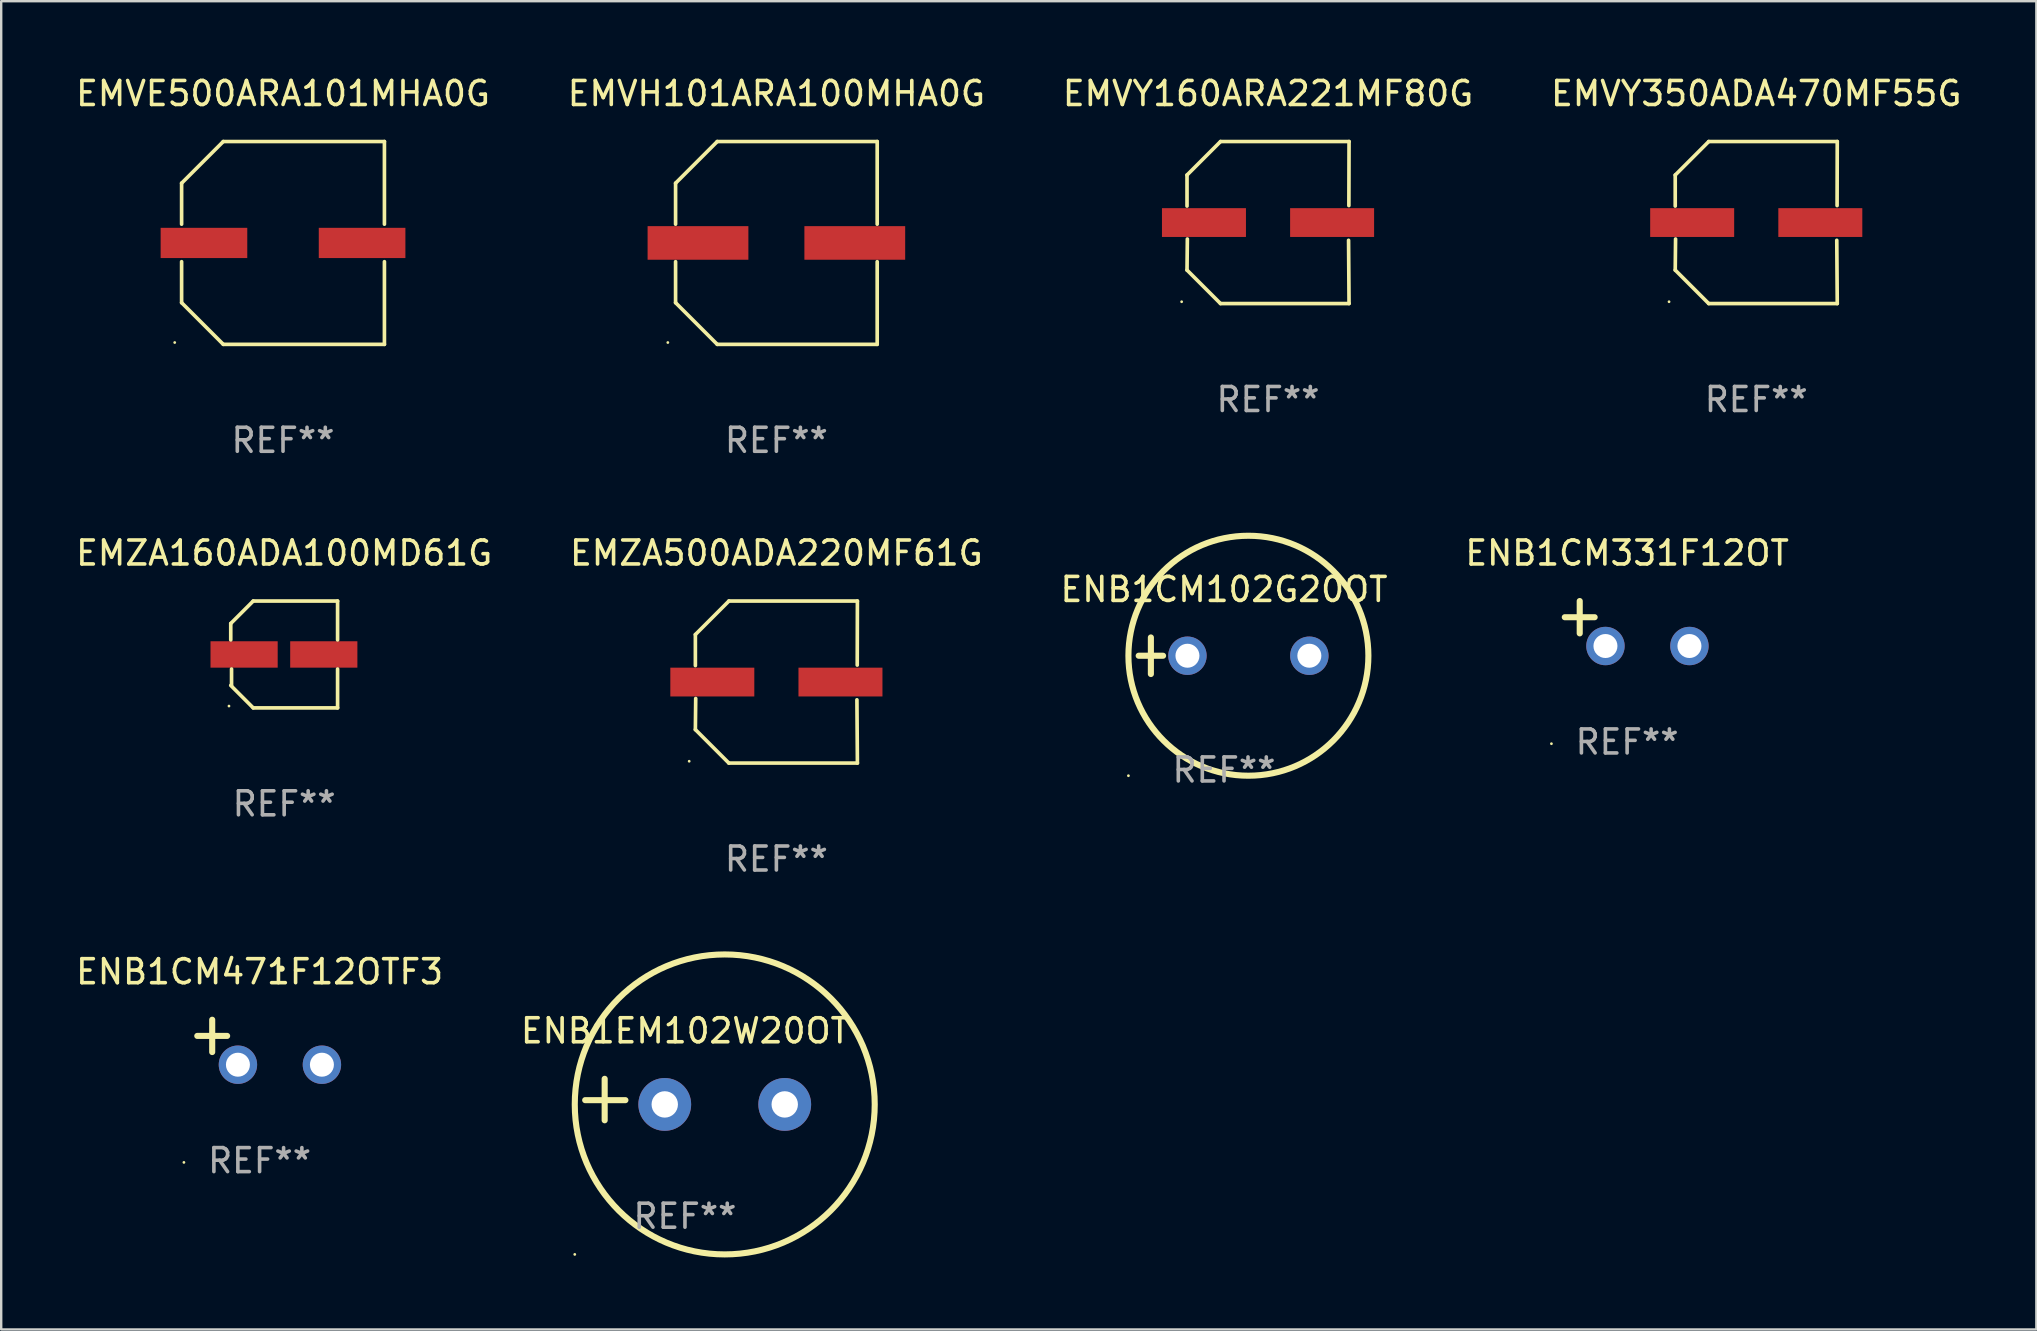
<source format=kicad_pcb>
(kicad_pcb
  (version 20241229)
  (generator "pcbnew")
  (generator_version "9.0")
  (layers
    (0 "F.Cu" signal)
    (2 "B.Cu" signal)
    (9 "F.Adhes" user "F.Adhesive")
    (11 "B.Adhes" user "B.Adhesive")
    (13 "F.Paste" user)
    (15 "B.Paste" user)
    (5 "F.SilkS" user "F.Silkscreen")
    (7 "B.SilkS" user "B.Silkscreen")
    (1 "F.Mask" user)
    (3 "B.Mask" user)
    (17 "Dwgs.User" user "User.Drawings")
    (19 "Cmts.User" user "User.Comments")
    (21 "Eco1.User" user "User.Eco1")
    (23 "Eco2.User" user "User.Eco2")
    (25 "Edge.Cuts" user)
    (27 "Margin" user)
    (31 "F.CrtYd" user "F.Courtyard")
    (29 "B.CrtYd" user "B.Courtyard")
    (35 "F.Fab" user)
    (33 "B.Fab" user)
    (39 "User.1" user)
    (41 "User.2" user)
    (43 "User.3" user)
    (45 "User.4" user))
  (footprint "EMVY350ADA470MF55G"
    (layer "F.Cu")
    (at 70.137 6.224)
    (property "Reference" "EMVY350ADA470MF55G" (at 0 -5.376 0) (layer "F.SilkS") (effects (font (size 1 1) (thickness 0.15))))
    (attr through_hole)
    (fp_line (start -3.376 -1.98) (end -3.376 -0.686) (stroke (width 0.152) (type solid)) (layer "F.SilkS"))
    (fp_line (start -3.376 1.981) (end -3.362 0.686) (stroke (width 0.152) (type solid)) (layer "F.SilkS"))
    (fp_line (start -1.981 3.376) (end -3.376 1.981) (stroke (width 0.152) (type solid)) (layer "F.SilkS"))
    (fp_line (start -1.98 -3.376) (end -3.376 -1.98) (stroke (width 0.152) (type solid)) (layer "F.SilkS"))
    (fp_line (start 3.356 0.74) (end 3.376 3.376) (stroke (width 0.152) (type solid)) (layer "F.SilkS"))
    (fp_line (start 3.369 -0.707) (end 3.376 -3.376) (stroke (width 0.152) (type solid)) (layer "F.SilkS"))
    (fp_line (start 3.376 3.376) (end -1.981 3.376) (stroke (width 0.152) (type solid)) (layer "F.SilkS"))
    (fp_line (start 3.376 -3.376) (end -1.98 -3.376) (stroke (width 0.152) (type solid)) (layer "F.SilkS"))
    (fp_circle (center -3.634 3.3) (end -3.604 3.3) (stroke (width 0.06) (type solid)) (fill no) (layer "F.SilkS"))
    (fp_text user "REF**" (at 0 7.376 0) (layer "F.Fab") (effects (font (size 1 1) (thickness 0.15))))
    (pad "1" smd rect (at -2.67 0.000254) (size 3.5 1.2) (layers "F.Cu" "F.Mask" "F.Paste"))
    (pad "2" smd rect (at 2.67 0.000254) (size 3.5 1.2) (layers "F.Cu" "F.Mask" "F.Paste")))
  (footprint "EMVY160ARA221MF80G"
    (layer "F.Cu")
    (at 49.792 6.224)
    (property "Reference" "EMVY160ARA221MF80G" (at 0 -5.376 0) (layer "F.SilkS") (effects (font (size 1 1) (thickness 0.15))))
    (attr through_hole)
    (fp_line (start -3.376 -1.98) (end -3.376 -0.686) (stroke (width 0.152) (type solid)) (layer "F.SilkS"))
    (fp_line (start -3.376 1.981) (end -3.362 0.686) (stroke (width 0.152) (type solid)) (layer "F.SilkS"))
    (fp_line (start -1.981 3.376) (end -3.376 1.981) (stroke (width 0.152) (type solid)) (layer "F.SilkS"))
    (fp_line (start -1.98 -3.376) (end -3.376 -1.98) (stroke (width 0.152) (type solid)) (layer "F.SilkS"))
    (fp_line (start 3.356 0.74) (end 3.376 3.376) (stroke (width 0.152) (type solid)) (layer "F.SilkS"))
    (fp_line (start 3.369 -0.707) (end 3.376 -3.376) (stroke (width 0.152) (type solid)) (layer "F.SilkS"))
    (fp_line (start 3.376 3.376) (end -1.981 3.376) (stroke (width 0.152) (type solid)) (layer "F.SilkS"))
    (fp_line (start 3.376 -3.376) (end -1.98 -3.376) (stroke (width 0.152) (type solid)) (layer "F.SilkS"))
    (fp_circle (center -3.6 3.3) (end -3.57 3.3) (stroke (width 0.06) (type solid)) (fill no) (layer "F.SilkS"))
    (fp_text user "REF**" (at 0 7.376 0) (layer "F.Fab") (effects (font (size 1 1) (thickness 0.15))))
    (pad "1" smd rect (at -2.67 0.000381) (size 3.5 1.2) (layers "F.Cu" "F.Mask" "F.Paste"))
    (pad "2" smd rect (at 2.67 0.000381) (size 3.5 1.2) (layers "F.Cu" "F.Mask" "F.Paste")))
  (footprint "ENB1CM102G20OT"
    (layer "F.Cu")
    (at 47.958 24.276)
    (property "Reference" "ENB1CM102G20OT" (at 0 -2.762 0) (layer "F.SilkS") (effects (font (size 1 1) (thickness 0.15))))
    (attr through_hole)
    (fp_line (start -3.556 0) (end -2.54 0) (stroke (width 0.254) (type solid)) (layer "F.SilkS"))
    (fp_line (start -3.048 -0.762) (end -3.048 0.762) (stroke (width 0.254) (type solid)) (layer "F.SilkS"))
    (fp_circle (center -3.984 5) (end -3.954 5) (stroke (width 0.06) (type solid)) (fill no) (layer "F.SilkS"))
    (fp_circle (center 1.016 0) (end 6.016 0) (stroke (width 0.254) (type solid)) (fill no) (layer "F.SilkS"))
    (fp_text user "REF**" (at 0 4.762 0) (layer "F.Fab") (effects (font (size 1 1) (thickness 0.15))))
    (pad "1" thru_hole circle (at -1.524 0) (size 1.6 1.6) (drill 1) (layers "*.Cu" "*.Mask"))
    (pad "2" thru_hole circle (at 3.556 0) (size 1.6 1.6) (drill 1) (layers "*.Cu" "*.Mask")))
  (footprint "ENB1EM102W20OT"
    (layer "F.Cu")
    (at 25.494 42.771)
    (property "Reference" "ENB1EM102W20OT" (at 0 -2.864 0) (layer "F.SilkS") (effects (font (size 1 1) (thickness 0.15))))
    (attr through_hole)
    (fp_line (start -3.346 0.864) (end -3.346 -0.864) (stroke (width 0.254) (type solid)) (layer "F.SilkS"))
    (fp_line (start -2.482 0.025) (end -4.158 0.025) (stroke (width 0.254) (type solid)) (layer "F.SilkS"))
    (fp_circle (center -4.592 6.453) (end -4.562 6.453) (stroke (width 0.06) (type solid)) (fill no) (layer "F.SilkS"))
    (fp_circle (center 1.658 0.203) (end 7.908 0.203) (stroke (width 0.254) (type solid)) (fill no) (layer "F.SilkS"))
    (fp_text user "REF**" (at 0 4.864 0) (layer "F.Fab") (effects (font (size 1 1) (thickness 0.15))))
    (pad "1" thru_hole circle (at -0.842 0.203) (size 2.2 2.2) (drill 1.1) (layers "*.Cu" "*.Mask"))
    (pad "2" thru_hole circle (at 4.158 0.203) (size 2.2 2.2) (drill 1.1) (layers "*.Cu" "*.Mask")))
  (footprint "EMVE500ARA101MHA0G"
    (layer "F.Cu")
    (at 8.744 7.074)
    (property "Reference" "EMVE500ARA101MHA0G" (at 0 -6.226 0) (layer "F.SilkS") (effects (font (size 1 1) (thickness 0.15))))
    (attr through_hole)
    (fp_line (start -4.226 -2.49) (end -4.226 -0.782) (stroke (width 0.152) (type solid)) (layer "F.SilkS"))
    (fp_line (start -4.226 2.49) (end -4.226 0.782) (stroke (width 0.152) (type solid)) (layer "F.SilkS"))
    (fp_line (start -2.49 -4.226) (end -4.226 -2.49) (stroke (width 0.152) (type solid)) (layer "F.SilkS"))
    (fp_line (start -2.49 4.226) (end -4.226 2.49) (stroke (width 0.152) (type solid)) (layer "F.SilkS"))
    (fp_line (start 4.226 -4.226) (end -2.49 -4.226) (stroke (width 0.152) (type solid)) (layer "F.SilkS"))
    (fp_line (start 4.226 -0.782) (end 4.226 -4.226) (stroke (width 0.152) (type solid)) (layer "F.SilkS"))
    (fp_line (start 4.226 0.782) (end 4.226 4.226) (stroke (width 0.152) (type solid)) (layer "F.SilkS"))
    (fp_line (start 4.226 4.226) (end -2.49 4.226) (stroke (width 0.152) (type solid)) (layer "F.SilkS"))
    (fp_circle (center -4.513 4.15) (end -4.483 4.15) (stroke (width 0.06) (type solid)) (fill no) (layer "F.SilkS"))
    (fp_text user "REF**" (at 0 8.226 0) (layer "F.Fab") (effects (font (size 1 1) (thickness 0.15))))
    (pad "1" smd rect (at -3.295 -0.000076 180) (size 3.61 1.26) (layers "F.Cu" "F.Mask" "F.Paste"))
    (pad "2" smd rect (at 3.295 -0.000076 180) (size 3.61 1.26) (layers "F.Cu" "F.Mask" "F.Paste")))
  (footprint "ENB1CM331F12OT"
    (layer "F.Cu")
    (at 64.756 22.934)
    (property "Reference" "ENB1CM331F12OT" (at 0 -2.937 0) (layer "F.SilkS") (effects (font (size 1 1) (thickness 0.15))))
    (attr through_hole)
    (fp_line (start -1.975 0.41) (end -1.975 -0.937) (stroke (width 0.254) (type solid)) (layer "F.SilkS"))
    (fp_line (start -1.353 -0.263) (end -2.597 -0.263) (stroke (width 0.254) (type solid)) (layer "F.SilkS"))
    (fp_arc (start 0.849809 -3.063957) (mid 0.885369 -3.064114) (end 0.920929 -3.063957) (stroke (width 0.254001) (type solid)) (layer "F.SilkS"))
    (fp_circle (center -3.154 5.008) (end -3.124 5.008) (stroke (width 0.06) (type solid)) (fill no) (layer "F.SilkS"))
    (fp_text user "REF**" (at 0 4.937 0) (layer "F.Fab") (effects (font (size 1 1) (thickness 0.15))))
    (pad "1" thru_hole circle (at -0.903 0.937) (size 1.6 1.6) (drill 1) (layers "*.Cu" "*.Mask"))
    (pad "2" thru_hole circle (at 2.597 0.937) (size 1.6 1.6) (drill 1) (layers "*.Cu" "*.Mask")))
  (footprint "ENB1CM471F12OTF3"
    (layer "F.Cu")
    (at 7.768 40.382)
    (property "Reference" "ENB1CM471F12OTF3" (at 0 -2.937 0) (layer "F.SilkS") (effects (font (size 1 1) (thickness 0.15))))
    (attr through_hole)
    (fp_line (start -1.975 0.41) (end -1.975 -0.937) (stroke (width 0.254) (type solid)) (layer "F.SilkS"))
    (fp_line (start -1.353 -0.263) (end -2.597 -0.263) (stroke (width 0.254) (type solid)) (layer "F.SilkS"))
    (fp_arc (start 0.849809 -3.063957) (mid 0.885369 -3.064114) (end 0.920929 -3.063957) (stroke (width 0.254001) (type solid)) (layer "F.SilkS"))
    (fp_circle (center -3.154 5.008) (end -3.124 5.008) (stroke (width 0.06) (type solid)) (fill no) (layer "F.SilkS"))
    (fp_text user "REF**" (at 0 4.937 0) (layer "F.Fab") (effects (font (size 1 1) (thickness 0.15))))
    (pad "1" thru_hole circle (at -0.903 0.937) (size 1.6 1.6) (drill 1) (layers "*.Cu" "*.Mask"))
    (pad "2" thru_hole circle (at 2.597 0.937) (size 1.6 1.6) (drill 1) (layers "*.Cu" "*.Mask")))
  (footprint "EMZA160ADA100MD61G"
    (layer "F.Cu")
    (at 8.792 24.223)
    (property "Reference" "EMZA160ADA100MD61G" (at 0 -4.226 0) (layer "F.SilkS") (effects (font (size 1 1) (thickness 0.15))))
    (attr through_hole)
    (fp_line (start -2.226 -1.29) (end -2.226 -0.607) (stroke (width 0.152) (type solid)) (layer "F.SilkS"))
    (fp_line (start -2.193 1.29) (end -2.193 0.607) (stroke (width 0.152) (type solid)) (layer "F.SilkS"))
    (fp_line (start -1.29 2.226) (end -2.226 1.29) (stroke (width 0.152) (type solid)) (layer "F.SilkS"))
    (fp_line (start -1.29 -2.226) (end -2.226 -1.29) (stroke (width 0.152) (type solid)) (layer "F.SilkS"))
    (fp_line (start 2.226 -2.226) (end -1.29 -2.226) (stroke (width 0.152) (type solid)) (layer "F.SilkS"))
    (fp_line (start 2.226 -0.607) (end 2.226 -2.226) (stroke (width 0.152) (type solid)) (layer "F.SilkS"))
    (fp_line (start 2.226 0.607) (end 2.226 2.226) (stroke (width 0.152) (type solid)) (layer "F.SilkS"))
    (fp_line (start 2.226 2.226) (end -1.29 2.226) (stroke (width 0.152) (type solid)) (layer "F.SilkS"))
    (fp_circle (center -2.3 2.15) (end -2.27 2.15) (stroke (width 0.06) (type solid)) (fill no) (layer "F.SilkS"))
    (fp_text user "REF**" (at 0 6.226 0) (layer "F.Fab") (effects (font (size 1 1) (thickness 0.15))))
    (pad "1" smd rect (at -1.67 -0.000025) (size 2.8 1.1) (layers "F.Cu" "F.Mask" "F.Paste"))
    (pad "2" smd rect (at 1.651 -0.000025) (size 2.8 1.1) (layers "F.Cu" "F.Mask" "F.Paste")))
  (footprint "EMVH101ARA100MHA0G"
    (layer "F.Cu")
    (at 29.304 7.074)
    (property "Reference" "EMVH101ARA100MHA0G" (at 0 -6.226 0) (layer "F.SilkS") (effects (font (size 1 1) (thickness 0.15))))
    (attr through_hole)
    (fp_line (start -4.201 -2.49) (end -4.201 -0.782) (stroke (width 0.152) (type solid)) (layer "F.SilkS"))
    (fp_line (start -4.201 2.49) (end -4.201 0.782) (stroke (width 0.152) (type solid)) (layer "F.SilkS"))
    (fp_line (start -2.465 -4.226) (end -4.201 -2.49) (stroke (width 0.152) (type solid)) (layer "F.SilkS"))
    (fp_line (start -2.465 4.226) (end -4.201 2.49) (stroke (width 0.152) (type solid)) (layer "F.SilkS"))
    (fp_line (start 4.201 -4.226) (end -2.465 -4.226) (stroke (width 0.152) (type solid)) (layer "F.SilkS"))
    (fp_line (start 4.201 -0.782) (end 4.201 -4.226) (stroke (width 0.152) (type solid)) (layer "F.SilkS"))
    (fp_line (start 4.201 0.782) (end 4.201 4.226) (stroke (width 0.152) (type solid)) (layer "F.SilkS"))
    (fp_line (start 4.201 4.226) (end -2.465 4.226) (stroke (width 0.152) (type solid)) (layer "F.SilkS"))
    (fp_circle (center -4.524 4.15) (end -4.494 4.15) (stroke (width 0.06) (type solid)) (fill no) (layer "F.SilkS"))
    (fp_text user "REF**" (at 0 8.226 0) (layer "F.Fab") (effects (font (size 1 1) (thickness 0.15))))
    (pad "1" smd rect (at -3.267 0) (size 4.2 1.4) (layers "F.Cu" "F.Mask" "F.Paste"))
    (pad "2" smd rect (at 3.267 0) (size 4.2 1.4) (layers "F.Cu" "F.Mask" "F.Paste")))
  (footprint "EMZA500ADA220MF61G"
    (layer "F.Cu")
    (at 29.304 25.373)
    (property "Reference" "EMZA500ADA220MF61G" (at 0 -5.376 0) (layer "F.SilkS") (effects (font (size 1 1) (thickness 0.15))))
    (attr through_hole)
    (fp_line (start -3.376 -1.98) (end -3.376 -0.686) (stroke (width 0.152) (type solid)) (layer "F.SilkS"))
    (fp_line (start -3.376 1.981) (end -3.362 0.686) (stroke (width 0.152) (type solid)) (layer "F.SilkS"))
    (fp_line (start -1.981 3.376) (end -3.376 1.981) (stroke (width 0.152) (type solid)) (layer "F.SilkS"))
    (fp_line (start -1.98 -3.376) (end -3.376 -1.98) (stroke (width 0.152) (type solid)) (layer "F.SilkS"))
    (fp_line (start 3.356 0.74) (end 3.376 3.376) (stroke (width 0.152) (type solid)) (layer "F.SilkS"))
    (fp_line (start 3.369 -0.707) (end 3.376 -3.376) (stroke (width 0.152) (type solid)) (layer "F.SilkS"))
    (fp_line (start 3.376 3.376) (end -1.981 3.376) (stroke (width 0.152) (type solid)) (layer "F.SilkS"))
    (fp_line (start 3.376 -3.376) (end -1.98 -3.376) (stroke (width 0.152) (type solid)) (layer "F.SilkS"))
    (fp_circle (center -3.634 3.3) (end -3.604 3.3) (stroke (width 0.06) (type solid)) (fill no) (layer "F.SilkS"))
    (fp_text user "REF**" (at 0 7.376 0) (layer "F.Fab") (effects (font (size 1 1) (thickness 0.15))))
    (pad "1" smd rect (at -2.67 0.000254) (size 3.5 1.2) (layers "F.Cu" "F.Mask" "F.Paste"))
    (pad "2" smd rect (at 2.67 0.000254) (size 3.5 1.2) (layers "F.Cu" "F.Mask" "F.Paste")))
  (gr_rect
    (start -3 -3)
    (end 81.81 52.351)
    (stroke (width 0.1) (type default))
    (fill no)
    (layer "Edge.Cuts")))
</source>
